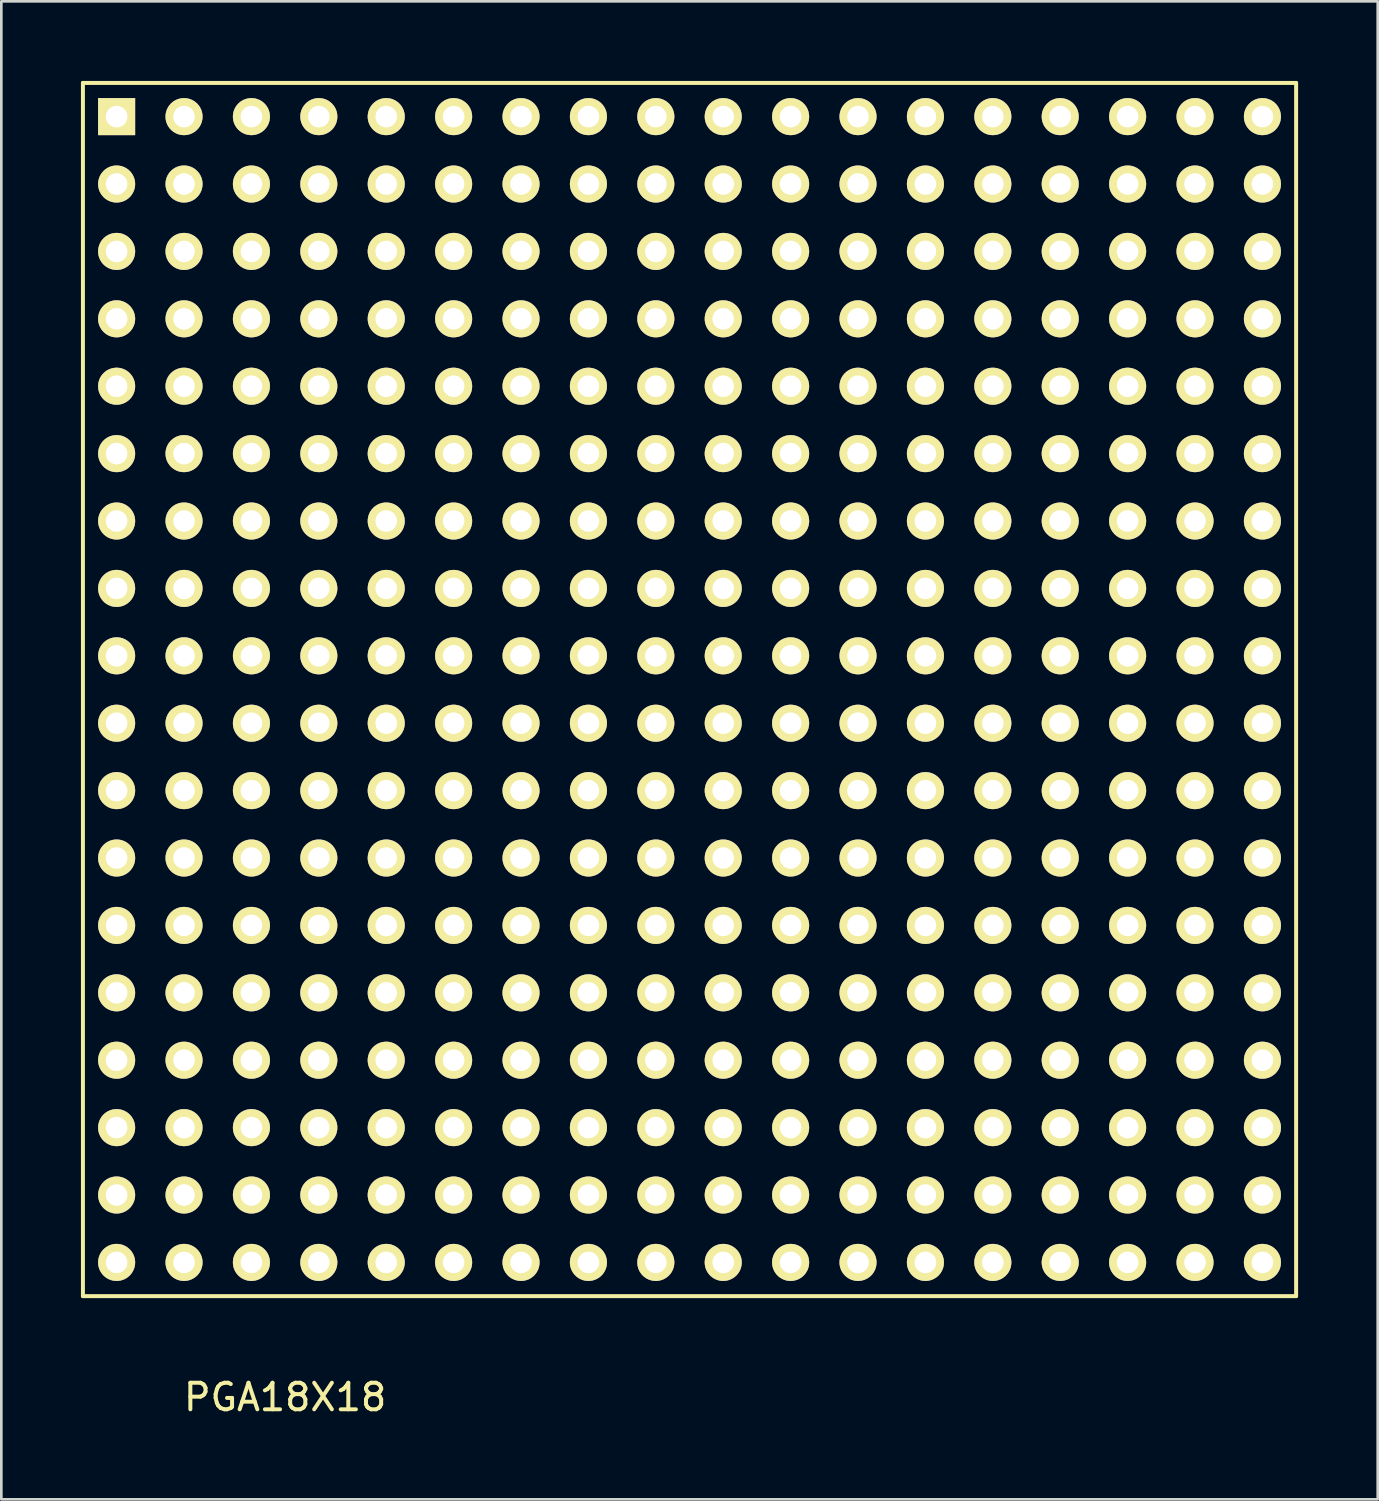
<source format=kicad_pcb>
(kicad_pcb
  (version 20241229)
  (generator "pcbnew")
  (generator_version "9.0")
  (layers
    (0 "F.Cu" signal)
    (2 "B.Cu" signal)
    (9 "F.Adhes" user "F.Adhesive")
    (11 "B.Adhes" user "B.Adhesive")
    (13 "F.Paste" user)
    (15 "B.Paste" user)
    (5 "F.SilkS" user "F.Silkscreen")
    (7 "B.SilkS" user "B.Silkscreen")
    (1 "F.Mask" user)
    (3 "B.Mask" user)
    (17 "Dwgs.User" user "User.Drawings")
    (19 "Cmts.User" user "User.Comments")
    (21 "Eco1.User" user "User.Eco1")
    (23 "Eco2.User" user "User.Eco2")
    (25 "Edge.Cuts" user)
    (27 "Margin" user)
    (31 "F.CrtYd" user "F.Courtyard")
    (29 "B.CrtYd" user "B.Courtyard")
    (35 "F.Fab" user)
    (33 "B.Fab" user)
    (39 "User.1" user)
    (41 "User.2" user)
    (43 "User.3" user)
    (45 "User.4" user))
  (footprint "PGA18X18"
    (layer "F.Cu")
    (at 22.935 22.935)
    (property "Reference" "PGA18X18" (at -15.24 26.67 0) (layer "F.SilkS") (effects (font (size 1 1) (thickness 0.15))))
    (attr through_hole)
    (fp_line (start -22.86 -22.86) (end 22.86 -22.86) (stroke (width 0.15) (type solid)) (layer "F.SilkS"))
    (fp_line (start -22.86 22.86) (end -22.86 -22.86) (stroke (width 0.15) (type solid)) (layer "F.SilkS"))
    (fp_line (start 22.86 -22.86) (end 22.86 22.86) (stroke (width 0.15) (type solid)) (layer "F.SilkS"))
    (fp_line (start 22.86 22.86) (end -22.86 22.86) (stroke (width 0.15) (type solid)) (layer "F.SilkS"))
    (pad "A1" thru_hole rect (at -21.59 -21.59) (size 1.397 1.397) (drill 0.813) (layers "*.Cu" "*.Mask" "F.SilkS"))
    (pad "A2" thru_hole circle (at -19.05 -21.59) (size 1.397 1.397) (drill 0.813) (layers "*.Cu" "*.Mask" "F.SilkS"))
    (pad "A3" thru_hole circle (at -16.51 -21.59) (size 1.397 1.397) (drill 0.813) (layers "*.Cu" "*.Mask" "F.SilkS"))
    (pad "A4" thru_hole circle (at -13.97 -21.59) (size 1.397 1.397) (drill 0.813) (layers "*.Cu" "*.Mask" "F.SilkS"))
    (pad "A5" thru_hole circle (at -11.43 -21.59) (size 1.397 1.397) (drill 0.813) (layers "*.Cu" "*.Mask" "F.SilkS"))
    (pad "A6" thru_hole circle (at -8.89 -21.59) (size 1.397 1.397) (drill 0.813) (layers "*.Cu" "*.Mask" "F.SilkS"))
    (pad "A7" thru_hole circle (at -6.35 -21.59) (size 1.397 1.397) (drill 0.813) (layers "*.Cu" "*.Mask" "F.SilkS"))
    (pad "A8" thru_hole circle (at -3.81 -21.59) (size 1.397 1.397) (drill 0.813) (layers "*.Cu" "*.Mask" "F.SilkS"))
    (pad "A9" thru_hole circle (at -1.27 -21.59) (size 1.397 1.397) (drill 0.813) (layers "*.Cu" "*.Mask" "F.SilkS"))
    (pad "A10" thru_hole circle (at 1.27 -21.59) (size 1.397 1.397) (drill 0.813) (layers "*.Cu" "*.Mask" "F.SilkS"))
    (pad "A11" thru_hole circle (at 3.81 -21.59) (size 1.397 1.397) (drill 0.813) (layers "*.Cu" "*.Mask" "F.SilkS"))
    (pad "A12" thru_hole circle (at 6.35 -21.59) (size 1.397 1.397) (drill 0.813) (layers "*.Cu" "*.Mask" "F.SilkS"))
    (pad "A13" thru_hole circle (at 8.89 -21.59) (size 1.397 1.397) (drill 0.813) (layers "*.Cu" "*.Mask" "F.SilkS"))
    (pad "A14" thru_hole circle (at 11.43 -21.59) (size 1.397 1.397) (drill 0.813) (layers "*.Cu" "*.Mask" "F.SilkS"))
    (pad "A15" thru_hole circle (at 13.97 -21.59) (size 1.397 1.397) (drill 0.813) (layers "*.Cu" "*.Mask" "F.SilkS"))
    (pad "A16" thru_hole circle (at 16.51 -21.59) (size 1.397 1.397) (drill 0.813) (layers "*.Cu" "*.Mask" "F.SilkS"))
    (pad "A17" thru_hole circle (at 19.05 -21.59) (size 1.397 1.397) (drill 0.813) (layers "*.Cu" "*.Mask" "F.SilkS"))
    (pad "A18" thru_hole circle (at 21.59 -21.59) (size 1.397 1.397) (drill 0.813) (layers "*.Cu" "*.Mask" "F.SilkS"))
    (pad "B1" thru_hole circle (at -21.59 -19.05) (size 1.397 1.397) (drill 0.813) (layers "*.Cu" "*.Mask" "F.SilkS"))
    (pad "B2" thru_hole circle (at -19.05 -19.05) (size 1.397 1.397) (drill 0.813) (layers "*.Cu" "*.Mask" "F.SilkS"))
    (pad "B3" thru_hole circle (at -16.51 -19.05) (size 1.397 1.397) (drill 0.813) (layers "*.Cu" "*.Mask" "F.SilkS"))
    (pad "B4" thru_hole circle (at -13.97 -19.05) (size 1.397 1.397) (drill 0.813) (layers "*.Cu" "*.Mask" "F.SilkS"))
    (pad "B5" thru_hole circle (at -11.43 -19.05) (size 1.397 1.397) (drill 0.813) (layers "*.Cu" "*.Mask" "F.SilkS"))
    (pad "B6" thru_hole circle (at -8.89 -19.05) (size 1.397 1.397) (drill 0.813) (layers "*.Cu" "*.Mask" "F.SilkS"))
    (pad "B7" thru_hole circle (at -6.35 -19.05) (size 1.397 1.397) (drill 0.813) (layers "*.Cu" "*.Mask" "F.SilkS"))
    (pad "B8" thru_hole circle (at -3.81 -19.05) (size 1.397 1.397) (drill 0.813) (layers "*.Cu" "*.Mask" "F.SilkS"))
    (pad "B9" thru_hole circle (at -1.27 -19.05) (size 1.397 1.397) (drill 0.813) (layers "*.Cu" "*.Mask" "F.SilkS"))
    (pad "B10" thru_hole circle (at 1.27 -19.05) (size 1.397 1.397) (drill 0.813) (layers "*.Cu" "*.Mask" "F.SilkS"))
    (pad "B11" thru_hole circle (at 3.81 -19.05) (size 1.397 1.397) (drill 0.813) (layers "*.Cu" "*.Mask" "F.SilkS"))
    (pad "B12" thru_hole circle (at 6.35 -19.05) (size 1.397 1.397) (drill 0.813) (layers "*.Cu" "*.Mask" "F.SilkS"))
    (pad "B13" thru_hole circle (at 8.89 -19.05) (size 1.397 1.397) (drill 0.813) (layers "*.Cu" "*.Mask" "F.SilkS"))
    (pad "B14" thru_hole circle (at 11.43 -19.05) (size 1.397 1.397) (drill 0.813) (layers "*.Cu" "*.Mask" "F.SilkS"))
    (pad "B15" thru_hole circle (at 13.97 -19.05) (size 1.397 1.397) (drill 0.813) (layers "*.Cu" "*.Mask" "F.SilkS"))
    (pad "B16" thru_hole circle (at 16.51 -19.05) (size 1.397 1.397) (drill 0.813) (layers "*.Cu" "*.Mask" "F.SilkS"))
    (pad "B17" thru_hole circle (at 19.05 -19.05) (size 1.397 1.397) (drill 0.813) (layers "*.Cu" "*.Mask" "F.SilkS"))
    (pad "B18" thru_hole circle (at 21.59 -19.05) (size 1.397 1.397) (drill 0.813) (layers "*.Cu" "*.Mask" "F.SilkS"))
    (pad "C1" thru_hole circle (at -21.59 -16.51) (size 1.397 1.397) (drill 0.813) (layers "*.Cu" "*.Mask" "F.SilkS"))
    (pad "C2" thru_hole circle (at -19.05 -16.51) (size 1.397 1.397) (drill 0.813) (layers "*.Cu" "*.Mask" "F.SilkS"))
    (pad "C3" thru_hole circle (at -16.51 -16.51) (size 1.397 1.397) (drill 0.813) (layers "*.Cu" "*.Mask" "F.SilkS"))
    (pad "C4" thru_hole circle (at -13.97 -16.51) (size 1.397 1.397) (drill 0.813) (layers "*.Cu" "*.Mask" "F.SilkS"))
    (pad "C5" thru_hole circle (at -11.43 -16.51) (size 1.397 1.397) (drill 0.813) (layers "*.Cu" "*.Mask" "F.SilkS"))
    (pad "C6" thru_hole circle (at -8.89 -16.51) (size 1.397 1.397) (drill 0.813) (layers "*.Cu" "*.Mask" "F.SilkS"))
    (pad "C7" thru_hole circle (at -6.35 -16.51) (size 1.397 1.397) (drill 0.813) (layers "*.Cu" "*.Mask" "F.SilkS"))
    (pad "C8" thru_hole circle (at -3.81 -16.51) (size 1.397 1.397) (drill 0.813) (layers "*.Cu" "*.Mask" "F.SilkS"))
    (pad "C9" thru_hole circle (at -1.27 -16.51) (size 1.397 1.397) (drill 0.813) (layers "*.Cu" "*.Mask" "F.SilkS"))
    (pad "C10" thru_hole circle (at 1.27 -16.51) (size 1.397 1.397) (drill 0.813) (layers "*.Cu" "*.Mask" "F.SilkS"))
    (pad "C11" thru_hole circle (at 3.81 -16.51) (size 1.397 1.397) (drill 0.813) (layers "*.Cu" "*.Mask" "F.SilkS"))
    (pad "C12" thru_hole circle (at 6.35 -16.51) (size 1.397 1.397) (drill 0.813) (layers "*.Cu" "*.Mask" "F.SilkS"))
    (pad "C13" thru_hole circle (at 8.89 -16.51) (size 1.397 1.397) (drill 0.813) (layers "*.Cu" "*.Mask" "F.SilkS"))
    (pad "C14" thru_hole circle (at 11.43 -16.51) (size 1.397 1.397) (drill 0.813) (layers "*.Cu" "*.Mask" "F.SilkS"))
    (pad "C15" thru_hole circle (at 13.97 -16.51) (size 1.397 1.397) (drill 0.813) (layers "*.Cu" "*.Mask" "F.SilkS"))
    (pad "C16" thru_hole circle (at 16.51 -16.51) (size 1.397 1.397) (drill 0.813) (layers "*.Cu" "*.Mask" "F.SilkS"))
    (pad "C17" thru_hole circle (at 19.05 -16.51) (size 1.397 1.397) (drill 0.813) (layers "*.Cu" "*.Mask" "F.SilkS"))
    (pad "C18" thru_hole circle (at 21.59 -16.51) (size 1.397 1.397) (drill 0.813) (layers "*.Cu" "*.Mask" "F.SilkS"))
    (pad "D1" thru_hole circle (at -21.59 -13.97) (size 1.397 1.397) (drill 0.813) (layers "*.Cu" "*.Mask" "F.SilkS"))
    (pad "D2" thru_hole circle (at -19.05 -13.97) (size 1.397 1.397) (drill 0.813) (layers "*.Cu" "*.Mask" "F.SilkS"))
    (pad "D3" thru_hole circle (at -16.51 -13.97) (size 1.397 1.397) (drill 0.813) (layers "*.Cu" "*.Mask" "F.SilkS"))
    (pad "D4" thru_hole circle (at -13.97 -13.97) (size 1.397 1.397) (drill 0.813) (layers "*.Cu" "*.Mask" "F.SilkS"))
    (pad "D5" thru_hole circle (at -11.43 -13.97) (size 1.397 1.397) (drill 0.813) (layers "*.Cu" "*.Mask" "F.SilkS"))
    (pad "D6" thru_hole circle (at -8.89 -13.97) (size 1.397 1.397) (drill 0.813) (layers "*.Cu" "*.Mask" "F.SilkS"))
    (pad "D7" thru_hole circle (at -6.35 -13.97) (size 1.397 1.397) (drill 0.813) (layers "*.Cu" "*.Mask" "F.SilkS"))
    (pad "D8" thru_hole circle (at -3.81 -13.97) (size 1.397 1.397) (drill 0.813) (layers "*.Cu" "*.Mask" "F.SilkS"))
    (pad "D9" thru_hole circle (at -1.27 -13.97) (size 1.397 1.397) (drill 0.813) (layers "*.Cu" "*.Mask" "F.SilkS"))
    (pad "D10" thru_hole circle (at 1.27 -13.97) (size 1.397 1.397) (drill 0.813) (layers "*.Cu" "*.Mask" "F.SilkS"))
    (pad "D11" thru_hole circle (at 3.81 -13.97) (size 1.397 1.397) (drill 0.813) (layers "*.Cu" "*.Mask" "F.SilkS"))
    (pad "D12" thru_hole circle (at 6.35 -13.97) (size 1.397 1.397) (drill 0.813) (layers "*.Cu" "*.Mask" "F.SilkS"))
    (pad "D13" thru_hole circle (at 8.89 -13.97) (size 1.397 1.397) (drill 0.813) (layers "*.Cu" "*.Mask" "F.SilkS"))
    (pad "D14" thru_hole circle (at 11.43 -13.97) (size 1.397 1.397) (drill 0.813) (layers "*.Cu" "*.Mask" "F.SilkS"))
    (pad "D15" thru_hole circle (at 13.97 -13.97) (size 1.397 1.397) (drill 0.813) (layers "*.Cu" "*.Mask" "F.SilkS"))
    (pad "D16" thru_hole circle (at 16.51 -13.97) (size 1.397 1.397) (drill 0.813) (layers "*.Cu" "*.Mask" "F.SilkS"))
    (pad "D17" thru_hole circle (at 19.05 -13.97) (size 1.397 1.397) (drill 0.813) (layers "*.Cu" "*.Mask" "F.SilkS"))
    (pad "D18" thru_hole circle (at 21.59 -13.97) (size 1.397 1.397) (drill 0.813) (layers "*.Cu" "*.Mask" "F.SilkS"))
    (pad "E1" thru_hole circle (at -21.59 -11.43) (size 1.397 1.397) (drill 0.813) (layers "*.Cu" "*.Mask" "F.SilkS"))
    (pad "E2" thru_hole circle (at -19.05 -11.43) (size 1.397 1.397) (drill 0.813) (layers "*.Cu" "*.Mask" "F.SilkS"))
    (pad "E3" thru_hole circle (at -16.51 -11.43) (size 1.397 1.397) (drill 0.813) (layers "*.Cu" "*.Mask" "F.SilkS"))
    (pad "E4" thru_hole circle (at -13.97 -11.43) (size 1.397 1.397) (drill 0.813) (layers "*.Cu" "*.Mask" "F.SilkS"))
    (pad "E5" thru_hole circle (at -11.43 -11.43) (size 1.397 1.397) (drill 0.813) (layers "*.Cu" "*.Mask" "F.SilkS"))
    (pad "E6" thru_hole circle (at -8.89 -11.43) (size 1.397 1.397) (drill 0.813) (layers "*.Cu" "*.Mask" "F.SilkS"))
    (pad "E7" thru_hole circle (at -6.35 -11.43) (size 1.397 1.397) (drill 0.813) (layers "*.Cu" "*.Mask" "F.SilkS"))
    (pad "E8" thru_hole circle (at -3.81 -11.43) (size 1.397 1.397) (drill 0.813) (layers "*.Cu" "*.Mask" "F.SilkS"))
    (pad "E9" thru_hole circle (at -1.27 -11.43) (size 1.397 1.397) (drill 0.813) (layers "*.Cu" "*.Mask" "F.SilkS"))
    (pad "E10" thru_hole circle (at 1.27 -11.43) (size 1.397 1.397) (drill 0.813) (layers "*.Cu" "*.Mask" "F.SilkS"))
    (pad "E11" thru_hole circle (at 3.81 -11.43) (size 1.397 1.397) (drill 0.813) (layers "*.Cu" "*.Mask" "F.SilkS"))
    (pad "E12" thru_hole circle (at 6.35 -11.43) (size 1.397 1.397) (drill 0.813) (layers "*.Cu" "*.Mask" "F.SilkS"))
    (pad "E13" thru_hole circle (at 8.89 -11.43) (size 1.397 1.397) (drill 0.813) (layers "*.Cu" "*.Mask" "F.SilkS"))
    (pad "E14" thru_hole circle (at 11.43 -11.43) (size 1.397 1.397) (drill 0.813) (layers "*.Cu" "*.Mask" "F.SilkS"))
    (pad "E15" thru_hole circle (at 13.97 -11.43) (size 1.397 1.397) (drill 0.813) (layers "*.Cu" "*.Mask" "F.SilkS"))
    (pad "E16" thru_hole circle (at 16.51 -11.43) (size 1.397 1.397) (drill 0.813) (layers "*.Cu" "*.Mask" "F.SilkS"))
    (pad "E17" thru_hole circle (at 19.05 -11.43) (size 1.397 1.397) (drill 0.813) (layers "*.Cu" "*.Mask" "F.SilkS"))
    (pad "E18" thru_hole circle (at 21.59 -11.43) (size 1.397 1.397) (drill 0.813) (layers "*.Cu" "*.Mask" "F.SilkS"))
    (pad "F1" thru_hole circle (at -21.59 -8.89) (size 1.397 1.397) (drill 0.813) (layers "*.Cu" "*.Mask" "F.SilkS"))
    (pad "F2" thru_hole circle (at -19.05 -8.89) (size 1.397 1.397) (drill 0.813) (layers "*.Cu" "*.Mask" "F.SilkS"))
    (pad "F3" thru_hole circle (at -16.51 -8.89) (size 1.397 1.397) (drill 0.813) (layers "*.Cu" "*.Mask" "F.SilkS"))
    (pad "F4" thru_hole circle (at -13.97 -8.89) (size 1.397 1.397) (drill 0.813) (layers "*.Cu" "*.Mask" "F.SilkS"))
    (pad "F5" thru_hole circle (at -11.43 -8.89) (size 1.397 1.397) (drill 0.813) (layers "*.Cu" "*.Mask" "F.SilkS"))
    (pad "F6" thru_hole circle (at -8.89 -8.89) (size 1.397 1.397) (drill 0.813) (layers "*.Cu" "*.Mask" "F.SilkS"))
    (pad "F7" thru_hole circle (at -6.35 -8.89) (size 1.397 1.397) (drill 0.813) (layers "*.Cu" "*.Mask" "F.SilkS"))
    (pad "F8" thru_hole circle (at -3.81 -8.89) (size 1.397 1.397) (drill 0.813) (layers "*.Cu" "*.Mask" "F.SilkS"))
    (pad "F9" thru_hole circle (at -1.27 -8.89) (size 1.397 1.397) (drill 0.813) (layers "*.Cu" "*.Mask" "F.SilkS"))
    (pad "F10" thru_hole circle (at 1.27 -8.89) (size 1.397 1.397) (drill 0.813) (layers "*.Cu" "*.Mask" "F.SilkS"))
    (pad "F11" thru_hole circle (at 3.81 -8.89) (size 1.397 1.397) (drill 0.813) (layers "*.Cu" "*.Mask" "F.SilkS"))
    (pad "F12" thru_hole circle (at 6.35 -8.89) (size 1.397 1.397) (drill 0.813) (layers "*.Cu" "*.Mask" "F.SilkS"))
    (pad "F13" thru_hole circle (at 8.89 -8.89) (size 1.397 1.397) (drill 0.813) (layers "*.Cu" "*.Mask" "F.SilkS"))
    (pad "F14" thru_hole circle (at 11.43 -8.89) (size 1.397 1.397) (drill 0.813) (layers "*.Cu" "*.Mask" "F.SilkS"))
    (pad "F15" thru_hole circle (at 13.97 -8.89) (size 1.397 1.397) (drill 0.813) (layers "*.Cu" "*.Mask" "F.SilkS"))
    (pad "F16" thru_hole circle (at 16.51 -8.89) (size 1.397 1.397) (drill 0.813) (layers "*.Cu" "*.Mask" "F.SilkS"))
    (pad "F17" thru_hole circle (at 19.05 -8.89) (size 1.397 1.397) (drill 0.813) (layers "*.Cu" "*.Mask" "F.SilkS"))
    (pad "F18" thru_hole circle (at 21.59 -8.89) (size 1.397 1.397) (drill 0.813) (layers "*.Cu" "*.Mask" "F.SilkS"))
    (pad "G1" thru_hole circle (at -21.59 -6.35) (size 1.397 1.397) (drill 0.813) (layers "*.Cu" "*.Mask" "F.SilkS"))
    (pad "G2" thru_hole circle (at -19.05 -6.35) (size 1.397 1.397) (drill 0.813) (layers "*.Cu" "*.Mask" "F.SilkS"))
    (pad "G3" thru_hole circle (at -16.51 -6.35) (size 1.397 1.397) (drill 0.813) (layers "*.Cu" "*.Mask" "F.SilkS"))
    (pad "G4" thru_hole circle (at -13.97 -6.35) (size 1.397 1.397) (drill 0.813) (layers "*.Cu" "*.Mask" "F.SilkS"))
    (pad "G5" thru_hole circle (at -11.43 -6.35) (size 1.397 1.397) (drill 0.813) (layers "*.Cu" "*.Mask" "F.SilkS"))
    (pad "G6" thru_hole circle (at -8.89 -6.35) (size 1.397 1.397) (drill 0.813) (layers "*.Cu" "*.Mask" "F.SilkS"))
    (pad "G7" thru_hole circle (at -6.35 -6.35) (size 1.397 1.397) (drill 0.813) (layers "*.Cu" "*.Mask" "F.SilkS"))
    (pad "G8" thru_hole circle (at -3.81 -6.35) (size 1.397 1.397) (drill 0.813) (layers "*.Cu" "*.Mask" "F.SilkS"))
    (pad "G9" thru_hole circle (at -1.27 -6.35) (size 1.397 1.397) (drill 0.813) (layers "*.Cu" "*.Mask" "F.SilkS"))
    (pad "G10" thru_hole circle (at 1.27 -6.35) (size 1.397 1.397) (drill 0.813) (layers "*.Cu" "*.Mask" "F.SilkS"))
    (pad "G11" thru_hole circle (at 3.81 -6.35) (size 1.397 1.397) (drill 0.813) (layers "*.Cu" "*.Mask" "F.SilkS"))
    (pad "G12" thru_hole circle (at 6.35 -6.35) (size 1.397 1.397) (drill 0.813) (layers "*.Cu" "*.Mask" "F.SilkS"))
    (pad "G13" thru_hole circle (at 8.89 -6.35) (size 1.397 1.397) (drill 0.813) (layers "*.Cu" "*.Mask" "F.SilkS"))
    (pad "G14" thru_hole circle (at 11.43 -6.35) (size 1.397 1.397) (drill 0.813) (layers "*.Cu" "*.Mask" "F.SilkS"))
    (pad "G15" thru_hole circle (at 13.97 -6.35) (size 1.397 1.397) (drill 0.813) (layers "*.Cu" "*.Mask" "F.SilkS"))
    (pad "G16" thru_hole circle (at 16.51 -6.35) (size 1.397 1.397) (drill 0.813) (layers "*.Cu" "*.Mask" "F.SilkS"))
    (pad "G17" thru_hole circle (at 19.05 -6.35) (size 1.397 1.397) (drill 0.813) (layers "*.Cu" "*.Mask" "F.SilkS"))
    (pad "G18" thru_hole circle (at 21.59 -6.35) (size 1.397 1.397) (drill 0.813) (layers "*.Cu" "*.Mask" "F.SilkS"))
    (pad "H1" thru_hole circle (at -21.59 -3.81) (size 1.397 1.397) (drill 0.813) (layers "*.Cu" "*.Mask" "F.SilkS"))
    (pad "H2" thru_hole circle (at -19.05 -3.81) (size 1.397 1.397) (drill 0.813) (layers "*.Cu" "*.Mask" "F.SilkS"))
    (pad "H3" thru_hole circle (at -16.51 -3.81) (size 1.397 1.397) (drill 0.813) (layers "*.Cu" "*.Mask" "F.SilkS"))
    (pad "H4" thru_hole circle (at -13.97 -3.81) (size 1.397 1.397) (drill 0.813) (layers "*.Cu" "*.Mask" "F.SilkS"))
    (pad "H5" thru_hole circle (at -11.43 -3.81) (size 1.397 1.397) (drill 0.813) (layers "*.Cu" "*.Mask" "F.SilkS"))
    (pad "H6" thru_hole circle (at -8.89 -3.81) (size 1.397 1.397) (drill 0.813) (layers "*.Cu" "*.Mask" "F.SilkS"))
    (pad "H7" thru_hole circle (at -6.35 -3.81) (size 1.397 1.397) (drill 0.813) (layers "*.Cu" "*.Mask" "F.SilkS"))
    (pad "H8" thru_hole circle (at -3.81 -3.81) (size 1.397 1.397) (drill 0.813) (layers "*.Cu" "*.Mask" "F.SilkS"))
    (pad "H9" thru_hole circle (at -1.27 -3.81) (size 1.397 1.397) (drill 0.813) (layers "*.Cu" "*.Mask" "F.SilkS"))
    (pad "H10" thru_hole circle (at 1.27 -3.81) (size 1.397 1.397) (drill 0.813) (layers "*.Cu" "*.Mask" "F.SilkS"))
    (pad "H11" thru_hole circle (at 3.81 -3.81) (size 1.397 1.397) (drill 0.813) (layers "*.Cu" "*.Mask" "F.SilkS"))
    (pad "H12" thru_hole circle (at 6.35 -3.81) (size 1.397 1.397) (drill 0.813) (layers "*.Cu" "*.Mask" "F.SilkS"))
    (pad "H13" thru_hole circle (at 8.89 -3.81) (size 1.397 1.397) (drill 0.813) (layers "*.Cu" "*.Mask" "F.SilkS"))
    (pad "H14" thru_hole circle (at 11.43 -3.81) (size 1.397 1.397) (drill 0.813) (layers "*.Cu" "*.Mask" "F.SilkS"))
    (pad "H15" thru_hole circle (at 13.97 -3.81) (size 1.397 1.397) (drill 0.813) (layers "*.Cu" "*.Mask" "F.SilkS"))
    (pad "H16" thru_hole circle (at 16.51 -3.81) (size 1.397 1.397) (drill 0.813) (layers "*.Cu" "*.Mask" "F.SilkS"))
    (pad "H17" thru_hole circle (at 19.05 -3.81) (size 1.397 1.397) (drill 0.813) (layers "*.Cu" "*.Mask" "F.SilkS"))
    (pad "H18" thru_hole circle (at 21.59 -3.81) (size 1.397 1.397) (drill 0.813) (layers "*.Cu" "*.Mask" "F.SilkS"))
    (pad "J1" thru_hole circle (at -21.59 -1.27) (size 1.397 1.397) (drill 0.813) (layers "*.Cu" "*.Mask" "F.SilkS"))
    (pad "J2" thru_hole circle (at -19.05 -1.27) (size 1.397 1.397) (drill 0.813) (layers "*.Cu" "*.Mask" "F.SilkS"))
    (pad "J3" thru_hole circle (at -16.51 -1.27) (size 1.397 1.397) (drill 0.813) (layers "*.Cu" "*.Mask" "F.SilkS"))
    (pad "J4" thru_hole circle (at -13.97 -1.27) (size 1.397 1.397) (drill 0.813) (layers "*.Cu" "*.Mask" "F.SilkS"))
    (pad "J5" thru_hole circle (at -11.43 -1.27) (size 1.397 1.397) (drill 0.813) (layers "*.Cu" "*.Mask" "F.SilkS"))
    (pad "J6" thru_hole circle (at -8.89 -1.27) (size 1.397 1.397) (drill 0.813) (layers "*.Cu" "*.Mask" "F.SilkS"))
    (pad "J7" thru_hole circle (at -6.35 -1.27) (size 1.397 1.397) (drill 0.813) (layers "*.Cu" "*.Mask" "F.SilkS"))
    (pad "J8" thru_hole circle (at -3.81 -1.27) (size 1.397 1.397) (drill 0.813) (layers "*.Cu" "*.Mask" "F.SilkS"))
    (pad "J9" thru_hole circle (at -1.27 -1.27) (size 1.397 1.397) (drill 0.813) (layers "*.Cu" "*.Mask" "F.SilkS"))
    (pad "J10" thru_hole circle (at 1.27 -1.27) (size 1.397 1.397) (drill 0.813) (layers "*.Cu" "*.Mask" "F.SilkS"))
    (pad "J11" thru_hole circle (at 3.81 -1.27) (size 1.397 1.397) (drill 0.813) (layers "*.Cu" "*.Mask" "F.SilkS"))
    (pad "J12" thru_hole circle (at 6.35 -1.27) (size 1.397 1.397) (drill 0.813) (layers "*.Cu" "*.Mask" "F.SilkS"))
    (pad "J13" thru_hole circle (at 8.89 -1.27) (size 1.397 1.397) (drill 0.813) (layers "*.Cu" "*.Mask" "F.SilkS"))
    (pad "J14" thru_hole circle (at 11.43 -1.27) (size 1.397 1.397) (drill 0.813) (layers "*.Cu" "*.Mask" "F.SilkS"))
    (pad "J15" thru_hole circle (at 13.97 -1.27) (size 1.397 1.397) (drill 0.813) (layers "*.Cu" "*.Mask" "F.SilkS"))
    (pad "J16" thru_hole circle (at 16.51 -1.27) (size 1.397 1.397) (drill 0.813) (layers "*.Cu" "*.Mask" "F.SilkS"))
    (pad "J17" thru_hole circle (at 19.05 -1.27) (size 1.397 1.397) (drill 0.813) (layers "*.Cu" "*.Mask" "F.SilkS"))
    (pad "J18" thru_hole circle (at 21.59 -1.27) (size 1.397 1.397) (drill 0.813) (layers "*.Cu" "*.Mask" "F.SilkS"))
    (pad "K1" thru_hole circle (at -21.59 1.27) (size 1.397 1.397) (drill 0.813) (layers "*.Cu" "*.Mask" "F.SilkS"))
    (pad "K2" thru_hole circle (at -19.05 1.27) (size 1.397 1.397) (drill 0.813) (layers "*.Cu" "*.Mask" "F.SilkS"))
    (pad "K3" thru_hole circle (at -16.51 1.27) (size 1.397 1.397) (drill 0.813) (layers "*.Cu" "*.Mask" "F.SilkS"))
    (pad "K4" thru_hole circle (at -13.97 1.27) (size 1.397 1.397) (drill 0.813) (layers "*.Cu" "*.Mask" "F.SilkS"))
    (pad "K5" thru_hole circle (at -11.43 1.27) (size 1.397 1.397) (drill 0.813) (layers "*.Cu" "*.Mask" "F.SilkS"))
    (pad "K6" thru_hole circle (at -8.89 1.27) (size 1.397 1.397) (drill 0.813) (layers "*.Cu" "*.Mask" "F.SilkS"))
    (pad "K7" thru_hole circle (at -6.35 1.27) (size 1.397 1.397) (drill 0.813) (layers "*.Cu" "*.Mask" "F.SilkS"))
    (pad "K8" thru_hole circle (at -3.81 1.27) (size 1.397 1.397) (drill 0.813) (layers "*.Cu" "*.Mask" "F.SilkS"))
    (pad "K9" thru_hole circle (at -1.27 1.27) (size 1.397 1.397) (drill 0.813) (layers "*.Cu" "*.Mask" "F.SilkS"))
    (pad "K10" thru_hole circle (at 1.27 1.27) (size 1.397 1.397) (drill 0.813) (layers "*.Cu" "*.Mask" "F.SilkS"))
    (pad "K11" thru_hole circle (at 3.81 1.27) (size 1.397 1.397) (drill 0.813) (layers "*.Cu" "*.Mask" "F.SilkS"))
    (pad "K12" thru_hole circle (at 6.35 1.27) (size 1.397 1.397) (drill 0.813) (layers "*.Cu" "*.Mask" "F.SilkS"))
    (pad "K13" thru_hole circle (at 8.89 1.27) (size 1.397 1.397) (drill 0.813) (layers "*.Cu" "*.Mask" "F.SilkS"))
    (pad "K14" thru_hole circle (at 11.43 1.27) (size 1.397 1.397) (drill 0.813) (layers "*.Cu" "*.Mask" "F.SilkS"))
    (pad "K15" thru_hole circle (at 13.97 1.27) (size 1.397 1.397) (drill 0.813) (layers "*.Cu" "*.Mask" "F.SilkS"))
    (pad "K16" thru_hole circle (at 16.51 1.27) (size 1.397 1.397) (drill 0.813) (layers "*.Cu" "*.Mask" "F.SilkS"))
    (pad "K17" thru_hole circle (at 19.05 1.27) (size 1.397 1.397) (drill 0.813) (layers "*.Cu" "*.Mask" "F.SilkS"))
    (pad "K18" thru_hole circle (at 21.59 1.27) (size 1.397 1.397) (drill 0.813) (layers "*.Cu" "*.Mask" "F.SilkS"))
    (pad "L1" thru_hole circle (at -21.59 3.81) (size 1.397 1.397) (drill 0.813) (layers "*.Cu" "*.Mask" "F.SilkS"))
    (pad "L2" thru_hole circle (at -19.05 3.81) (size 1.397 1.397) (drill 0.813) (layers "*.Cu" "*.Mask" "F.SilkS"))
    (pad "L3" thru_hole circle (at -16.51 3.81) (size 1.397 1.397) (drill 0.813) (layers "*.Cu" "*.Mask" "F.SilkS"))
    (pad "L4" thru_hole circle (at -13.97 3.81) (size 1.397 1.397) (drill 0.813) (layers "*.Cu" "*.Mask" "F.SilkS"))
    (pad "L5" thru_hole circle (at -11.43 3.81) (size 1.397 1.397) (drill 0.813) (layers "*.Cu" "*.Mask" "F.SilkS"))
    (pad "L6" thru_hole circle (at -8.89 3.81) (size 1.397 1.397) (drill 0.813) (layers "*.Cu" "*.Mask" "F.SilkS"))
    (pad "L7" thru_hole circle (at -6.35 3.81) (size 1.397 1.397) (drill 0.813) (layers "*.Cu" "*.Mask" "F.SilkS"))
    (pad "L8" thru_hole circle (at -3.81 3.81) (size 1.397 1.397) (drill 0.813) (layers "*.Cu" "*.Mask" "F.SilkS"))
    (pad "L9" thru_hole circle (at -1.27 3.81) (size 1.397 1.397) (drill 0.813) (layers "*.Cu" "*.Mask" "F.SilkS"))
    (pad "L10" thru_hole circle (at 1.27 3.81) (size 1.397 1.397) (drill 0.813) (layers "*.Cu" "*.Mask" "F.SilkS"))
    (pad "L11" thru_hole circle (at 3.81 3.81) (size 1.397 1.397) (drill 0.813) (layers "*.Cu" "*.Mask" "F.SilkS"))
    (pad "L12" thru_hole circle (at 6.35 3.81) (size 1.397 1.397) (drill 0.813) (layers "*.Cu" "*.Mask" "F.SilkS"))
    (pad "L13" thru_hole circle (at 8.89 3.81) (size 1.397 1.397) (drill 0.813) (layers "*.Cu" "*.Mask" "F.SilkS"))
    (pad "L14" thru_hole circle (at 11.43 3.81) (size 1.397 1.397) (drill 0.813) (layers "*.Cu" "*.Mask" "F.SilkS"))
    (pad "L15" thru_hole circle (at 13.97 3.81) (size 1.397 1.397) (drill 0.813) (layers "*.Cu" "*.Mask" "F.SilkS"))
    (pad "L16" thru_hole circle (at 16.51 3.81) (size 1.397 1.397) (drill 0.813) (layers "*.Cu" "*.Mask" "F.SilkS"))
    (pad "L17" thru_hole circle (at 19.05 3.81) (size 1.397 1.397) (drill 0.813) (layers "*.Cu" "*.Mask" "F.SilkS"))
    (pad "L18" thru_hole circle (at 21.59 3.81) (size 1.397 1.397) (drill 0.813) (layers "*.Cu" "*.Mask" "F.SilkS"))
    (pad "M1" thru_hole circle (at -21.59 6.35) (size 1.397 1.397) (drill 0.813) (layers "*.Cu" "*.Mask" "F.SilkS"))
    (pad "M2" thru_hole circle (at -19.05 6.35) (size 1.397 1.397) (drill 0.813) (layers "*.Cu" "*.Mask" "F.SilkS"))
    (pad "M3" thru_hole circle (at -16.51 6.35) (size 1.397 1.397) (drill 0.813) (layers "*.Cu" "*.Mask" "F.SilkS"))
    (pad "M4" thru_hole circle (at -13.97 6.35) (size 1.397 1.397) (drill 0.813) (layers "*.Cu" "*.Mask" "F.SilkS"))
    (pad "M5" thru_hole circle (at -11.43 6.35) (size 1.397 1.397) (drill 0.813) (layers "*.Cu" "*.Mask" "F.SilkS"))
    (pad "M6" thru_hole circle (at -8.89 6.35) (size 1.397 1.397) (drill 0.813) (layers "*.Cu" "*.Mask" "F.SilkS"))
    (pad "M7" thru_hole circle (at -6.35 6.35) (size 1.397 1.397) (drill 0.813) (layers "*.Cu" "*.Mask" "F.SilkS"))
    (pad "M8" thru_hole circle (at -3.81 6.35) (size 1.397 1.397) (drill 0.813) (layers "*.Cu" "*.Mask" "F.SilkS"))
    (pad "M9" thru_hole circle (at -1.27 6.35) (size 1.397 1.397) (drill 0.813) (layers "*.Cu" "*.Mask" "F.SilkS"))
    (pad "M10" thru_hole circle (at 1.27 6.35) (size 1.397 1.397) (drill 0.813) (layers "*.Cu" "*.Mask" "F.SilkS"))
    (pad "M11" thru_hole circle (at 3.81 6.35) (size 1.397 1.397) (drill 0.813) (layers "*.Cu" "*.Mask" "F.SilkS"))
    (pad "M12" thru_hole circle (at 6.35 6.35) (size 1.397 1.397) (drill 0.813) (layers "*.Cu" "*.Mask" "F.SilkS"))
    (pad "M13" thru_hole circle (at 8.89 6.35) (size 1.397 1.397) (drill 0.813) (layers "*.Cu" "*.Mask" "F.SilkS"))
    (pad "M14" thru_hole circle (at 11.43 6.35) (size 1.397 1.397) (drill 0.813) (layers "*.Cu" "*.Mask" "F.SilkS"))
    (pad "M15" thru_hole circle (at 13.97 6.35) (size 1.397 1.397) (drill 0.813) (layers "*.Cu" "*.Mask" "F.SilkS"))
    (pad "M16" thru_hole circle (at 16.51 6.35) (size 1.397 1.397) (drill 0.813) (layers "*.Cu" "*.Mask" "F.SilkS"))
    (pad "M17" thru_hole circle (at 19.05 6.35) (size 1.397 1.397) (drill 0.813) (layers "*.Cu" "*.Mask" "F.SilkS"))
    (pad "M18" thru_hole circle (at 21.59 6.35) (size 1.397 1.397) (drill 0.813) (layers "*.Cu" "*.Mask" "F.SilkS"))
    (pad "N1" thru_hole circle (at -21.59 8.89) (size 1.397 1.397) (drill 0.813) (layers "*.Cu" "*.Mask" "F.SilkS"))
    (pad "N2" thru_hole circle (at -19.05 8.89) (size 1.397 1.397) (drill 0.813) (layers "*.Cu" "*.Mask" "F.SilkS"))
    (pad "N3" thru_hole circle (at -16.51 8.89) (size 1.397 1.397) (drill 0.813) (layers "*.Cu" "*.Mask" "F.SilkS"))
    (pad "N4" thru_hole circle (at -13.97 8.89) (size 1.397 1.397) (drill 0.813) (layers "*.Cu" "*.Mask" "F.SilkS"))
    (pad "N5" thru_hole circle (at -11.43 8.89) (size 1.397 1.397) (drill 0.813) (layers "*.Cu" "*.Mask" "F.SilkS"))
    (pad "N6" thru_hole circle (at -8.89 8.89) (size 1.397 1.397) (drill 0.813) (layers "*.Cu" "*.Mask" "F.SilkS"))
    (pad "N7" thru_hole circle (at -6.35 8.89) (size 1.397 1.397) (drill 0.813) (layers "*.Cu" "*.Mask" "F.SilkS"))
    (pad "N8" thru_hole circle (at -3.81 8.89) (size 1.397 1.397) (drill 0.813) (layers "*.Cu" "*.Mask" "F.SilkS"))
    (pad "N9" thru_hole circle (at -1.27 8.89) (size 1.397 1.397) (drill 0.813) (layers "*.Cu" "*.Mask" "F.SilkS"))
    (pad "N10" thru_hole circle (at 1.27 8.89) (size 1.397 1.397) (drill 0.813) (layers "*.Cu" "*.Mask" "F.SilkS"))
    (pad "N11" thru_hole circle (at 3.81 8.89) (size 1.397 1.397) (drill 0.813) (layers "*.Cu" "*.Mask" "F.SilkS"))
    (pad "N12" thru_hole circle (at 6.35 8.89) (size 1.397 1.397) (drill 0.813) (layers "*.Cu" "*.Mask" "F.SilkS"))
    (pad "N13" thru_hole circle (at 8.89 8.89) (size 1.397 1.397) (drill 0.813) (layers "*.Cu" "*.Mask" "F.SilkS"))
    (pad "N14" thru_hole circle (at 11.43 8.89) (size 1.397 1.397) (drill 0.813) (layers "*.Cu" "*.Mask" "F.SilkS"))
    (pad "N15" thru_hole circle (at 13.97 8.89) (size 1.397 1.397) (drill 0.813) (layers "*.Cu" "*.Mask" "F.SilkS"))
    (pad "N16" thru_hole circle (at 16.51 8.89) (size 1.397 1.397) (drill 0.813) (layers "*.Cu" "*.Mask" "F.SilkS"))
    (pad "N17" thru_hole circle (at 19.05 8.89) (size 1.397 1.397) (drill 0.813) (layers "*.Cu" "*.Mask" "F.SilkS"))
    (pad "N18" thru_hole circle (at 21.59 8.89) (size 1.397 1.397) (drill 0.813) (layers "*.Cu" "*.Mask" "F.SilkS"))
    (pad "P1" thru_hole circle (at -21.59 11.43) (size 1.397 1.397) (drill 0.813) (layers "*.Cu" "*.Mask" "F.SilkS"))
    (pad "P2" thru_hole circle (at -19.05 11.43) (size 1.397 1.397) (drill 0.813) (layers "*.Cu" "*.Mask" "F.SilkS"))
    (pad "P3" thru_hole circle (at -16.51 11.43) (size 1.397 1.397) (drill 0.813) (layers "*.Cu" "*.Mask" "F.SilkS"))
    (pad "P4" thru_hole circle (at -13.97 11.43) (size 1.397 1.397) (drill 0.813) (layers "*.Cu" "*.Mask" "F.SilkS"))
    (pad "P5" thru_hole circle (at -11.43 11.43) (size 1.397 1.397) (drill 0.813) (layers "*.Cu" "*.Mask" "F.SilkS"))
    (pad "P6" thru_hole circle (at -8.89 11.43) (size 1.397 1.397) (drill 0.813) (layers "*.Cu" "*.Mask" "F.SilkS"))
    (pad "P7" thru_hole circle (at -6.35 11.43) (size 1.397 1.397) (drill 0.813) (layers "*.Cu" "*.Mask" "F.SilkS"))
    (pad "P8" thru_hole circle (at -3.81 11.43) (size 1.397 1.397) (drill 0.813) (layers "*.Cu" "*.Mask" "F.SilkS"))
    (pad "P9" thru_hole circle (at -1.27 11.43) (size 1.397 1.397) (drill 0.813) (layers "*.Cu" "*.Mask" "F.SilkS"))
    (pad "P10" thru_hole circle (at 1.27 11.43) (size 1.397 1.397) (drill 0.813) (layers "*.Cu" "*.Mask" "F.SilkS"))
    (pad "P11" thru_hole circle (at 3.81 11.43) (size 1.397 1.397) (drill 0.813) (layers "*.Cu" "*.Mask" "F.SilkS"))
    (pad "P12" thru_hole circle (at 6.35 11.43) (size 1.397 1.397) (drill 0.813) (layers "*.Cu" "*.Mask" "F.SilkS"))
    (pad "P13" thru_hole circle (at 8.89 11.43) (size 1.397 1.397) (drill 0.813) (layers "*.Cu" "*.Mask" "F.SilkS"))
    (pad "P14" thru_hole circle (at 11.43 11.43) (size 1.397 1.397) (drill 0.813) (layers "*.Cu" "*.Mask" "F.SilkS"))
    (pad "P15" thru_hole circle (at 13.97 11.43) (size 1.397 1.397) (drill 0.813) (layers "*.Cu" "*.Mask" "F.SilkS"))
    (pad "P16" thru_hole circle (at 16.51 11.43) (size 1.397 1.397) (drill 0.813) (layers "*.Cu" "*.Mask" "F.SilkS"))
    (pad "P17" thru_hole circle (at 19.05 11.43) (size 1.397 1.397) (drill 0.813) (layers "*.Cu" "*.Mask" "F.SilkS"))
    (pad "P18" thru_hole circle (at 21.59 11.43) (size 1.397 1.397) (drill 0.813) (layers "*.Cu" "*.Mask" "F.SilkS"))
    (pad "R1" thru_hole circle (at -21.59 13.97) (size 1.397 1.397) (drill 0.813) (layers "*.Cu" "*.Mask" "F.SilkS"))
    (pad "R2" thru_hole circle (at -19.05 13.97) (size 1.397 1.397) (drill 0.813) (layers "*.Cu" "*.Mask" "F.SilkS"))
    (pad "R3" thru_hole circle (at -16.51 13.97) (size 1.397 1.397) (drill 0.813) (layers "*.Cu" "*.Mask" "F.SilkS"))
    (pad "R4" thru_hole circle (at -13.97 13.97) (size 1.397 1.397) (drill 0.813) (layers "*.Cu" "*.Mask" "F.SilkS"))
    (pad "R5" thru_hole circle (at -11.43 13.97) (size 1.397 1.397) (drill 0.813) (layers "*.Cu" "*.Mask" "F.SilkS"))
    (pad "R6" thru_hole circle (at -8.89 13.97) (size 1.397 1.397) (drill 0.813) (layers "*.Cu" "*.Mask" "F.SilkS"))
    (pad "R7" thru_hole circle (at -6.35 13.97) (size 1.397 1.397) (drill 0.813) (layers "*.Cu" "*.Mask" "F.SilkS"))
    (pad "R8" thru_hole circle (at -3.81 13.97) (size 1.397 1.397) (drill 0.813) (layers "*.Cu" "*.Mask" "F.SilkS"))
    (pad "R9" thru_hole circle (at -1.27 13.97) (size 1.397 1.397) (drill 0.813) (layers "*.Cu" "*.Mask" "F.SilkS"))
    (pad "R10" thru_hole circle (at 1.27 13.97) (size 1.397 1.397) (drill 0.813) (layers "*.Cu" "*.Mask" "F.SilkS"))
    (pad "R11" thru_hole circle (at 3.81 13.97) (size 1.397 1.397) (drill 0.813) (layers "*.Cu" "*.Mask" "F.SilkS"))
    (pad "R12" thru_hole circle (at 6.35 13.97) (size 1.397 1.397) (drill 0.813) (layers "*.Cu" "*.Mask" "F.SilkS"))
    (pad "R13" thru_hole circle (at 8.89 13.97) (size 1.397 1.397) (drill 0.813) (layers "*.Cu" "*.Mask" "F.SilkS"))
    (pad "R14" thru_hole circle (at 11.43 13.97) (size 1.397 1.397) (drill 0.813) (layers "*.Cu" "*.Mask" "F.SilkS"))
    (pad "R15" thru_hole circle (at 13.97 13.97) (size 1.397 1.397) (drill 0.813) (layers "*.Cu" "*.Mask" "F.SilkS"))
    (pad "R16" thru_hole circle (at 16.51 13.97) (size 1.397 1.397) (drill 0.813) (layers "*.Cu" "*.Mask" "F.SilkS"))
    (pad "R17" thru_hole circle (at 19.05 13.97) (size 1.397 1.397) (drill 0.813) (layers "*.Cu" "*.Mask" "F.SilkS"))
    (pad "R18" thru_hole circle (at 21.59 13.97) (size 1.397 1.397) (drill 0.813) (layers "*.Cu" "*.Mask" "F.SilkS"))
    (pad "T1" thru_hole circle (at -21.59 16.51) (size 1.397 1.397) (drill 0.813) (layers "*.Cu" "*.Mask" "F.SilkS"))
    (pad "T2" thru_hole circle (at -19.05 16.51) (size 1.397 1.397) (drill 0.813) (layers "*.Cu" "*.Mask" "F.SilkS"))
    (pad "T3" thru_hole circle (at -16.51 16.51) (size 1.397 1.397) (drill 0.813) (layers "*.Cu" "*.Mask" "F.SilkS"))
    (pad "T4" thru_hole circle (at -13.97 16.51) (size 1.397 1.397) (drill 0.813) (layers "*.Cu" "*.Mask" "F.SilkS"))
    (pad "T5" thru_hole circle (at -11.43 16.51) (size 1.397 1.397) (drill 0.813) (layers "*.Cu" "*.Mask" "F.SilkS"))
    (pad "T6" thru_hole circle (at -8.89 16.51) (size 1.397 1.397) (drill 0.813) (layers "*.Cu" "*.Mask" "F.SilkS"))
    (pad "T7" thru_hole circle (at -6.35 16.51) (size 1.397 1.397) (drill 0.813) (layers "*.Cu" "*.Mask" "F.SilkS"))
    (pad "T8" thru_hole circle (at -3.81 16.51) (size 1.397 1.397) (drill 0.813) (layers "*.Cu" "*.Mask" "F.SilkS"))
    (pad "T9" thru_hole circle (at -1.27 16.51) (size 1.397 1.397) (drill 0.813) (layers "*.Cu" "*.Mask" "F.SilkS"))
    (pad "T10" thru_hole circle (at 1.27 16.51) (size 1.397 1.397) (drill 0.813) (layers "*.Cu" "*.Mask" "F.SilkS"))
    (pad "T11" thru_hole circle (at 3.81 16.51) (size 1.397 1.397) (drill 0.813) (layers "*.Cu" "*.Mask" "F.SilkS"))
    (pad "T12" thru_hole circle (at 6.35 16.51) (size 1.397 1.397) (drill 0.813) (layers "*.Cu" "*.Mask" "F.SilkS"))
    (pad "T13" thru_hole circle (at 8.89 16.51) (size 1.397 1.397) (drill 0.813) (layers "*.Cu" "*.Mask" "F.SilkS"))
    (pad "T14" thru_hole circle (at 11.43 16.51) (size 1.397 1.397) (drill 0.813) (layers "*.Cu" "*.Mask" "F.SilkS"))
    (pad "T15" thru_hole circle (at 13.97 16.51) (size 1.397 1.397) (drill 0.813) (layers "*.Cu" "*.Mask" "F.SilkS"))
    (pad "T16" thru_hole circle (at 16.51 16.51) (size 1.397 1.397) (drill 0.813) (layers "*.Cu" "*.Mask" "F.SilkS"))
    (pad "T17" thru_hole circle (at 19.05 16.51) (size 1.397 1.397) (drill 0.813) (layers "*.Cu" "*.Mask" "F.SilkS"))
    (pad "T18" thru_hole circle (at 21.59 16.51) (size 1.397 1.397) (drill 0.813) (layers "*.Cu" "*.Mask" "F.SilkS"))
    (pad "U1" thru_hole circle (at -21.59 19.05) (size 1.397 1.397) (drill 0.813) (layers "*.Cu" "*.Mask" "F.SilkS"))
    (pad "U2" thru_hole circle (at -19.05 19.05) (size 1.397 1.397) (drill 0.813) (layers "*.Cu" "*.Mask" "F.SilkS"))
    (pad "U3" thru_hole circle (at -16.51 19.05) (size 1.397 1.397) (drill 0.813) (layers "*.Cu" "*.Mask" "F.SilkS"))
    (pad "U4" thru_hole circle (at -13.97 19.05) (size 1.397 1.397) (drill 0.813) (layers "*.Cu" "*.Mask" "F.SilkS"))
    (pad "U5" thru_hole circle (at -11.43 19.05) (size 1.397 1.397) (drill 0.813) (layers "*.Cu" "*.Mask" "F.SilkS"))
    (pad "U6" thru_hole circle (at -8.89 19.05) (size 1.397 1.397) (drill 0.813) (layers "*.Cu" "*.Mask" "F.SilkS"))
    (pad "U7" thru_hole circle (at -6.35 19.05) (size 1.397 1.397) (drill 0.813) (layers "*.Cu" "*.Mask" "F.SilkS"))
    (pad "U8" thru_hole circle (at -3.81 19.05) (size 1.397 1.397) (drill 0.813) (layers "*.Cu" "*.Mask" "F.SilkS"))
    (pad "U9" thru_hole circle (at -1.27 19.05) (size 1.397 1.397) (drill 0.813) (layers "*.Cu" "*.Mask" "F.SilkS"))
    (pad "U10" thru_hole circle (at 1.27 19.05) (size 1.397 1.397) (drill 0.813) (layers "*.Cu" "*.Mask" "F.SilkS"))
    (pad "U11" thru_hole circle (at 3.81 19.05) (size 1.397 1.397) (drill 0.813) (layers "*.Cu" "*.Mask" "F.SilkS"))
    (pad "U12" thru_hole circle (at 6.35 19.05) (size 1.397 1.397) (drill 0.813) (layers "*.Cu" "*.Mask" "F.SilkS"))
    (pad "U13" thru_hole circle (at 8.89 19.05) (size 1.397 1.397) (drill 0.813) (layers "*.Cu" "*.Mask" "F.SilkS"))
    (pad "U14" thru_hole circle (at 11.43 19.05) (size 1.397 1.397) (drill 0.813) (layers "*.Cu" "*.Mask" "F.SilkS"))
    (pad "U15" thru_hole circle (at 13.97 19.05) (size 1.397 1.397) (drill 0.813) (layers "*.Cu" "*.Mask" "F.SilkS"))
    (pad "U16" thru_hole circle (at 16.51 19.05) (size 1.397 1.397) (drill 0.813) (layers "*.Cu" "*.Mask" "F.SilkS"))
    (pad "U17" thru_hole circle (at 19.05 19.05) (size 1.397 1.397) (drill 0.813) (layers "*.Cu" "*.Mask" "F.SilkS"))
    (pad "U18" thru_hole circle (at 21.59 19.05) (size 1.397 1.397) (drill 0.813) (layers "*.Cu" "*.Mask" "F.SilkS"))
    (pad "V1" thru_hole circle (at -21.59 21.59) (size 1.397 1.397) (drill 0.813) (layers "*.Cu" "*.Mask" "F.SilkS"))
    (pad "V2" thru_hole circle (at -19.05 21.59) (size 1.397 1.397) (drill 0.813) (layers "*.Cu" "*.Mask" "F.SilkS"))
    (pad "V3" thru_hole circle (at -16.51 21.59) (size 1.397 1.397) (drill 0.813) (layers "*.Cu" "*.Mask" "F.SilkS"))
    (pad "V4" thru_hole circle (at -13.97 21.59) (size 1.397 1.397) (drill 0.813) (layers "*.Cu" "*.Mask" "F.SilkS"))
    (pad "V5" thru_hole circle (at -11.43 21.59) (size 1.397 1.397) (drill 0.813) (layers "*.Cu" "*.Mask" "F.SilkS"))
    (pad "V6" thru_hole circle (at -8.89 21.59) (size 1.397 1.397) (drill 0.813) (layers "*.Cu" "*.Mask" "F.SilkS"))
    (pad "V7" thru_hole circle (at -6.35 21.59) (size 1.397 1.397) (drill 0.813) (layers "*.Cu" "*.Mask" "F.SilkS"))
    (pad "V8" thru_hole circle (at -3.81 21.59) (size 1.397 1.397) (drill 0.813) (layers "*.Cu" "*.Mask" "F.SilkS"))
    (pad "V9" thru_hole circle (at -1.27 21.59) (size 1.397 1.397) (drill 0.813) (layers "*.Cu" "*.Mask" "F.SilkS"))
    (pad "V10" thru_hole circle (at 1.27 21.59) (size 1.397 1.397) (drill 0.813) (layers "*.Cu" "*.Mask" "F.SilkS"))
    (pad "V11" thru_hole circle (at 3.81 21.59) (size 1.397 1.397) (drill 0.813) (layers "*.Cu" "*.Mask" "F.SilkS"))
    (pad "V12" thru_hole circle (at 6.35 21.59) (size 1.397 1.397) (drill 0.813) (layers "*.Cu" "*.Mask" "F.SilkS"))
    (pad "V13" thru_hole circle (at 8.89 21.59) (size 1.397 1.397) (drill 0.813) (layers "*.Cu" "*.Mask" "F.SilkS"))
    (pad "V14" thru_hole circle (at 11.43 21.59) (size 1.397 1.397) (drill 0.813) (layers "*.Cu" "*.Mask" "F.SilkS"))
    (pad "V15" thru_hole circle (at 13.97 21.59) (size 1.397 1.397) (drill 0.813) (layers "*.Cu" "*.Mask" "F.SilkS"))
    (pad "V16" thru_hole circle (at 16.51 21.59) (size 1.397 1.397) (drill 0.813) (layers "*.Cu" "*.Mask" "F.SilkS"))
    (pad "V17" thru_hole circle (at 19.05 21.59) (size 1.397 1.397) (drill 0.813) (layers "*.Cu" "*.Mask" "F.SilkS"))
    (pad "V18" thru_hole circle (at 21.59 21.59) (size 1.397 1.397) (drill 0.813) (layers "*.Cu" "*.Mask" "F.SilkS")))
  (gr_rect
    (start -3 -3)
    (end 48.87 53.453)
    (stroke (width 0.1) (type default))
    (fill no)
    (layer "Edge.Cuts")))
</source>
